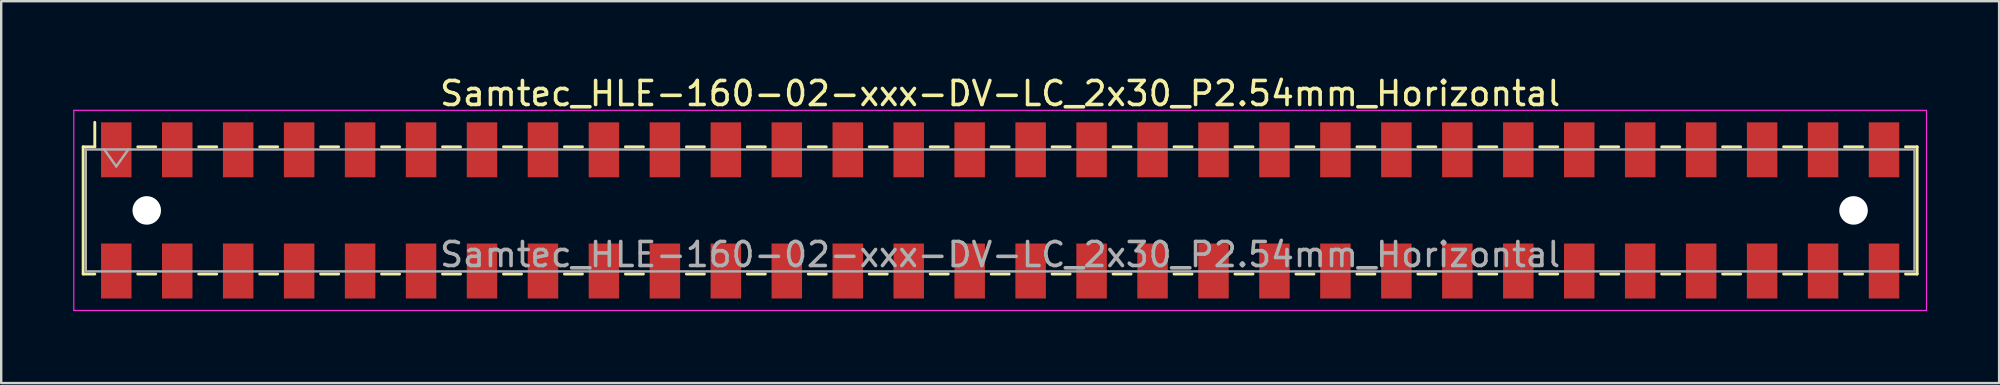
<source format=kicad_pcb>
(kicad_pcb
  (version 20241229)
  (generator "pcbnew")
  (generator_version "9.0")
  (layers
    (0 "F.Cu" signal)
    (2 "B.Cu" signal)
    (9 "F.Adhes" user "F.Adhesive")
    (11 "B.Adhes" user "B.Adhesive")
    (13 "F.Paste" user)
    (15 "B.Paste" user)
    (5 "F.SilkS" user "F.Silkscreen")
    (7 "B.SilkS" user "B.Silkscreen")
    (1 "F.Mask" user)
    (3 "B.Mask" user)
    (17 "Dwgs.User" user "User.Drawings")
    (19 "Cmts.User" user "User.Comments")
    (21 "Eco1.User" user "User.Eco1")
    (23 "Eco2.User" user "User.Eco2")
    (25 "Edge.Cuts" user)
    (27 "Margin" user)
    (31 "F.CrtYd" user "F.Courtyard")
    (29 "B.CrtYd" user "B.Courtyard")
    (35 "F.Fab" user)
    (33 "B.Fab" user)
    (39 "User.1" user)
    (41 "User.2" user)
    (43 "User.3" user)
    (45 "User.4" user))
  (footprint "Samtec_HLE-160-02-xxx-DV-LC_2x30_P2.54mm_Horizontal"
    (layer "F.Cu")
    (at 38.625 5.718)
    (property "Reference" "Samtec_HLE-160-02-xxx-DV-LC_2x30_P2.54mm_Horizontal" (at 0 -4.87 0) (layer "F.SilkS") (effects (font (size 1 1) (thickness 0.15))))
    (attr smd)
    (fp_line (start -38.21 -2.65) (end -38.21 2.65) (stroke (width 0.12) (type solid)) (layer "F.SilkS"))
    (fp_line (start -38.21 2.65) (end -37.725 2.65) (stroke (width 0.12) (type solid)) (layer "F.SilkS"))
    (fp_line (start -37.725 -3.67) (end -37.725 -2.65) (stroke (width 0.12) (type solid)) (layer "F.SilkS"))
    (fp_line (start -37.725 -2.65) (end -38.21 -2.65) (stroke (width 0.12) (type solid)) (layer "F.SilkS"))
    (fp_line (start -35.935 -2.65) (end -35.185 -2.65) (stroke (width 0.12) (type solid)) (layer "F.SilkS"))
    (fp_line (start -35.935 2.65) (end -35.185 2.65) (stroke (width 0.12) (type solid)) (layer "F.SilkS"))
    (fp_line (start -33.395 -2.65) (end -32.645 -2.65) (stroke (width 0.12) (type solid)) (layer "F.SilkS"))
    (fp_line (start -33.395 2.65) (end -32.645 2.65) (stroke (width 0.12) (type solid)) (layer "F.SilkS"))
    (fp_line (start -30.855 -2.65) (end -30.105 -2.65) (stroke (width 0.12) (type solid)) (layer "F.SilkS"))
    (fp_line (start -30.855 2.65) (end -30.105 2.65) (stroke (width 0.12) (type solid)) (layer "F.SilkS"))
    (fp_line (start -28.315 -2.65) (end -27.565 -2.65) (stroke (width 0.12) (type solid)) (layer "F.SilkS"))
    (fp_line (start -28.315 2.65) (end -27.565 2.65) (stroke (width 0.12) (type solid)) (layer "F.SilkS"))
    (fp_line (start -25.775 -2.65) (end -25.025 -2.65) (stroke (width 0.12) (type solid)) (layer "F.SilkS"))
    (fp_line (start -25.775 2.65) (end -25.025 2.65) (stroke (width 0.12) (type solid)) (layer "F.SilkS"))
    (fp_line (start -23.235 -2.65) (end -22.485 -2.65) (stroke (width 0.12) (type solid)) (layer "F.SilkS"))
    (fp_line (start -23.235 2.65) (end -22.485 2.65) (stroke (width 0.12) (type solid)) (layer "F.SilkS"))
    (fp_line (start -20.695 -2.65) (end -19.945 -2.65) (stroke (width 0.12) (type solid)) (layer "F.SilkS"))
    (fp_line (start -20.695 2.65) (end -19.945 2.65) (stroke (width 0.12) (type solid)) (layer "F.SilkS"))
    (fp_line (start -18.155 -2.65) (end -17.405 -2.65) (stroke (width 0.12) (type solid)) (layer "F.SilkS"))
    (fp_line (start -18.155 2.65) (end -17.405 2.65) (stroke (width 0.12) (type solid)) (layer "F.SilkS"))
    (fp_line (start -15.615 -2.65) (end -14.865 -2.65) (stroke (width 0.12) (type solid)) (layer "F.SilkS"))
    (fp_line (start -15.615 2.65) (end -14.865 2.65) (stroke (width 0.12) (type solid)) (layer "F.SilkS"))
    (fp_line (start -13.075 -2.65) (end -12.325 -2.65) (stroke (width 0.12) (type solid)) (layer "F.SilkS"))
    (fp_line (start -13.075 2.65) (end -12.325 2.65) (stroke (width 0.12) (type solid)) (layer "F.SilkS"))
    (fp_line (start -10.535 -2.65) (end -9.785 -2.65) (stroke (width 0.12) (type solid)) (layer "F.SilkS"))
    (fp_line (start -10.535 2.65) (end -9.785 2.65) (stroke (width 0.12) (type solid)) (layer "F.SilkS"))
    (fp_line (start -7.995 -2.65) (end -7.245 -2.65) (stroke (width 0.12) (type solid)) (layer "F.SilkS"))
    (fp_line (start -7.995 2.65) (end -7.245 2.65) (stroke (width 0.12) (type solid)) (layer "F.SilkS"))
    (fp_line (start -5.455 -2.65) (end -4.705 -2.65) (stroke (width 0.12) (type solid)) (layer "F.SilkS"))
    (fp_line (start -5.455 2.65) (end -4.705 2.65) (stroke (width 0.12) (type solid)) (layer "F.SilkS"))
    (fp_line (start -2.915 -2.65) (end -2.165 -2.65) (stroke (width 0.12) (type solid)) (layer "F.SilkS"))
    (fp_line (start -2.915 2.65) (end -2.165 2.65) (stroke (width 0.12) (type solid)) (layer "F.SilkS"))
    (fp_line (start -0.375 -2.65) (end 0.375 -2.65) (stroke (width 0.12) (type solid)) (layer "F.SilkS"))
    (fp_line (start -0.375 2.65) (end 0.375 2.65) (stroke (width 0.12) (type solid)) (layer "F.SilkS"))
    (fp_line (start 2.165 -2.65) (end 2.915 -2.65) (stroke (width 0.12) (type solid)) (layer "F.SilkS"))
    (fp_line (start 2.165 2.65) (end 2.915 2.65) (stroke (width 0.12) (type solid)) (layer "F.SilkS"))
    (fp_line (start 4.705 -2.65) (end 5.455 -2.65) (stroke (width 0.12) (type solid)) (layer "F.SilkS"))
    (fp_line (start 4.705 2.65) (end 5.455 2.65) (stroke (width 0.12) (type solid)) (layer "F.SilkS"))
    (fp_line (start 7.245 -2.65) (end 7.995 -2.65) (stroke (width 0.12) (type solid)) (layer "F.SilkS"))
    (fp_line (start 7.245 2.65) (end 7.995 2.65) (stroke (width 0.12) (type solid)) (layer "F.SilkS"))
    (fp_line (start 9.785 -2.65) (end 10.535 -2.65) (stroke (width 0.12) (type solid)) (layer "F.SilkS"))
    (fp_line (start 9.785 2.65) (end 10.535 2.65) (stroke (width 0.12) (type solid)) (layer "F.SilkS"))
    (fp_line (start 12.325 -2.65) (end 13.075 -2.65) (stroke (width 0.12) (type solid)) (layer "F.SilkS"))
    (fp_line (start 12.325 2.65) (end 13.075 2.65) (stroke (width 0.12) (type solid)) (layer "F.SilkS"))
    (fp_line (start 14.865 -2.65) (end 15.615 -2.65) (stroke (width 0.12) (type solid)) (layer "F.SilkS"))
    (fp_line (start 14.865 2.65) (end 15.615 2.65) (stroke (width 0.12) (type solid)) (layer "F.SilkS"))
    (fp_line (start 17.405 -2.65) (end 18.155 -2.65) (stroke (width 0.12) (type solid)) (layer "F.SilkS"))
    (fp_line (start 17.405 2.65) (end 18.155 2.65) (stroke (width 0.12) (type solid)) (layer "F.SilkS"))
    (fp_line (start 19.945 -2.65) (end 20.695 -2.65) (stroke (width 0.12) (type solid)) (layer "F.SilkS"))
    (fp_line (start 19.945 2.65) (end 20.695 2.65) (stroke (width 0.12) (type solid)) (layer "F.SilkS"))
    (fp_line (start 22.485 -2.65) (end 23.235 -2.65) (stroke (width 0.12) (type solid)) (layer "F.SilkS"))
    (fp_line (start 22.485 2.65) (end 23.235 2.65) (stroke (width 0.12) (type solid)) (layer "F.SilkS"))
    (fp_line (start 25.025 -2.65) (end 25.775 -2.65) (stroke (width 0.12) (type solid)) (layer "F.SilkS"))
    (fp_line (start 25.025 2.65) (end 25.775 2.65) (stroke (width 0.12) (type solid)) (layer "F.SilkS"))
    (fp_line (start 27.565 -2.65) (end 28.315 -2.65) (stroke (width 0.12) (type solid)) (layer "F.SilkS"))
    (fp_line (start 27.565 2.65) (end 28.315 2.65) (stroke (width 0.12) (type solid)) (layer "F.SilkS"))
    (fp_line (start 30.105 -2.65) (end 30.855 -2.65) (stroke (width 0.12) (type solid)) (layer "F.SilkS"))
    (fp_line (start 30.105 2.65) (end 30.855 2.65) (stroke (width 0.12) (type solid)) (layer "F.SilkS"))
    (fp_line (start 32.645 -2.65) (end 33.395 -2.65) (stroke (width 0.12) (type solid)) (layer "F.SilkS"))
    (fp_line (start 32.645 2.65) (end 33.395 2.65) (stroke (width 0.12) (type solid)) (layer "F.SilkS"))
    (fp_line (start 35.185 -2.65) (end 35.935 -2.65) (stroke (width 0.12) (type solid)) (layer "F.SilkS"))
    (fp_line (start 35.185 2.65) (end 35.935 2.65) (stroke (width 0.12) (type solid)) (layer "F.SilkS"))
    (fp_line (start 37.725 -2.65) (end 38.21 -2.65) (stroke (width 0.12) (type solid)) (layer "F.SilkS"))
    (fp_line (start 38.21 -2.65) (end 38.21 2.65) (stroke (width 0.12) (type solid)) (layer "F.SilkS"))
    (fp_line (start 38.21 2.65) (end 37.725 2.65) (stroke (width 0.12) (type solid)) (layer "F.SilkS"))
    (fp_line (start -38.6 -4.17) (end 38.6 -4.17) (stroke (width 0.05) (type solid)) (layer "F.CrtYd"))
    (fp_line (start -38.6 4.17) (end -38.6 -4.17) (stroke (width 0.05) (type solid)) (layer "F.CrtYd"))
    (fp_line (start 38.6 -4.17) (end 38.6 4.17) (stroke (width 0.05) (type solid)) (layer "F.CrtYd"))
    (fp_line (start 38.6 4.17) (end -38.6 4.17) (stroke (width 0.05) (type solid)) (layer "F.CrtYd"))
    (fp_line (start -38.1 -2.54) (end 38.1 -2.54) (stroke (width 0.1) (type solid)) (layer "F.Fab"))
    (fp_line (start -38.1 2.54) (end -38.1 -2.54) (stroke (width 0.1) (type solid)) (layer "F.Fab"))
    (fp_line (start -37.33 -2.54) (end -36.83 -1.833) (stroke (width 0.1) (type solid)) (layer "F.Fab"))
    (fp_line (start -36.83 -1.833) (end -36.33 -2.54) (stroke (width 0.1) (type solid)) (layer "F.Fab"))
    (fp_line (start 38.1 -2.54) (end 38.1 2.54) (stroke (width 0.1) (type solid)) (layer "F.Fab"))
    (fp_line (start 38.1 2.54) (end -38.1 2.54) (stroke (width 0.1) (type solid)) (layer "F.Fab"))
    (fp_text user "${REFERENCE}" (at 0 1.84 0) (layer "F.Fab") (effects (font (size 1 1) (thickness 0.15))))
    (pad "" np_thru_hole circle (at -35.56 0) (size 1.19 1.19) (drill 1.19) (layers "*.Cu" "*.Mask"))
    (pad "" np_thru_hole circle (at 35.56 0) (size 1.19 1.19) (drill 1.19) (layers "*.Cu" "*.Mask"))
    (pad "1" smd rect (at -36.83 -2.525) (size 1.27 2.29) (layers "F.Cu" "F.Mask" "F.Paste"))
    (pad "2" smd rect (at -36.83 2.525) (size 1.27 2.29) (layers "F.Cu" "F.Mask" "F.Paste"))
    (pad "3" smd rect (at -34.29 -2.525) (size 1.27 2.29) (layers "F.Cu" "F.Mask" "F.Paste"))
    (pad "4" smd rect (at -34.29 2.525) (size 1.27 2.29) (layers "F.Cu" "F.Mask" "F.Paste"))
    (pad "5" smd rect (at -31.75 -2.525) (size 1.27 2.29) (layers "F.Cu" "F.Mask" "F.Paste"))
    (pad "6" smd rect (at -31.75 2.525) (size 1.27 2.29) (layers "F.Cu" "F.Mask" "F.Paste"))
    (pad "7" smd rect (at -29.21 -2.525) (size 1.27 2.29) (layers "F.Cu" "F.Mask" "F.Paste"))
    (pad "8" smd rect (at -29.21 2.525) (size 1.27 2.29) (layers "F.Cu" "F.Mask" "F.Paste"))
    (pad "9" smd rect (at -26.67 -2.525) (size 1.27 2.29) (layers "F.Cu" "F.Mask" "F.Paste"))
    (pad "10" smd rect (at -26.67 2.525) (size 1.27 2.29) (layers "F.Cu" "F.Mask" "F.Paste"))
    (pad "11" smd rect (at -24.13 -2.525) (size 1.27 2.29) (layers "F.Cu" "F.Mask" "F.Paste"))
    (pad "12" smd rect (at -24.13 2.525) (size 1.27 2.29) (layers "F.Cu" "F.Mask" "F.Paste"))
    (pad "13" smd rect (at -21.59 -2.525) (size 1.27 2.29) (layers "F.Cu" "F.Mask" "F.Paste"))
    (pad "14" smd rect (at -21.59 2.525) (size 1.27 2.29) (layers "F.Cu" "F.Mask" "F.Paste"))
    (pad "15" smd rect (at -19.05 -2.525) (size 1.27 2.29) (layers "F.Cu" "F.Mask" "F.Paste"))
    (pad "16" smd rect (at -19.05 2.525) (size 1.27 2.29) (layers "F.Cu" "F.Mask" "F.Paste"))
    (pad "17" smd rect (at -16.51 -2.525) (size 1.27 2.29) (layers "F.Cu" "F.Mask" "F.Paste"))
    (pad "18" smd rect (at -16.51 2.525) (size 1.27 2.29) (layers "F.Cu" "F.Mask" "F.Paste"))
    (pad "19" smd rect (at -13.97 -2.525) (size 1.27 2.29) (layers "F.Cu" "F.Mask" "F.Paste"))
    (pad "20" smd rect (at -13.97 2.525) (size 1.27 2.29) (layers "F.Cu" "F.Mask" "F.Paste"))
    (pad "21" smd rect (at -11.43 -2.525) (size 1.27 2.29) (layers "F.Cu" "F.Mask" "F.Paste"))
    (pad "22" smd rect (at -11.43 2.525) (size 1.27 2.29) (layers "F.Cu" "F.Mask" "F.Paste"))
    (pad "23" smd rect (at -8.89 -2.525) (size 1.27 2.29) (layers "F.Cu" "F.Mask" "F.Paste"))
    (pad "24" smd rect (at -8.89 2.525) (size 1.27 2.29) (layers "F.Cu" "F.Mask" "F.Paste"))
    (pad "25" smd rect (at -6.35 -2.525) (size 1.27 2.29) (layers "F.Cu" "F.Mask" "F.Paste"))
    (pad "26" smd rect (at -6.35 2.525) (size 1.27 2.29) (layers "F.Cu" "F.Mask" "F.Paste"))
    (pad "27" smd rect (at -3.81 -2.525) (size 1.27 2.29) (layers "F.Cu" "F.Mask" "F.Paste"))
    (pad "28" smd rect (at -3.81 2.525) (size 1.27 2.29) (layers "F.Cu" "F.Mask" "F.Paste"))
    (pad "29" smd rect (at -1.27 -2.525) (size 1.27 2.29) (layers "F.Cu" "F.Mask" "F.Paste"))
    (pad "30" smd rect (at -1.27 2.525) (size 1.27 2.29) (layers "F.Cu" "F.Mask" "F.Paste"))
    (pad "31" smd rect (at 1.27 -2.525) (size 1.27 2.29) (layers "F.Cu" "F.Mask" "F.Paste"))
    (pad "32" smd rect (at 1.27 2.525) (size 1.27 2.29) (layers "F.Cu" "F.Mask" "F.Paste"))
    (pad "33" smd rect (at 3.81 -2.525) (size 1.27 2.29) (layers "F.Cu" "F.Mask" "F.Paste"))
    (pad "34" smd rect (at 3.81 2.525) (size 1.27 2.29) (layers "F.Cu" "F.Mask" "F.Paste"))
    (pad "35" smd rect (at 6.35 -2.525) (size 1.27 2.29) (layers "F.Cu" "F.Mask" "F.Paste"))
    (pad "36" smd rect (at 6.35 2.525) (size 1.27 2.29) (layers "F.Cu" "F.Mask" "F.Paste"))
    (pad "37" smd rect (at 8.89 -2.525) (size 1.27 2.29) (layers "F.Cu" "F.Mask" "F.Paste"))
    (pad "38" smd rect (at 8.89 2.525) (size 1.27 2.29) (layers "F.Cu" "F.Mask" "F.Paste"))
    (pad "39" smd rect (at 11.43 -2.525) (size 1.27 2.29) (layers "F.Cu" "F.Mask" "F.Paste"))
    (pad "40" smd rect (at 11.43 2.525) (size 1.27 2.29) (layers "F.Cu" "F.Mask" "F.Paste"))
    (pad "41" smd rect (at 13.97 -2.525) (size 1.27 2.29) (layers "F.Cu" "F.Mask" "F.Paste"))
    (pad "42" smd rect (at 13.97 2.525) (size 1.27 2.29) (layers "F.Cu" "F.Mask" "F.Paste"))
    (pad "43" smd rect (at 16.51 -2.525) (size 1.27 2.29) (layers "F.Cu" "F.Mask" "F.Paste"))
    (pad "44" smd rect (at 16.51 2.525) (size 1.27 2.29) (layers "F.Cu" "F.Mask" "F.Paste"))
    (pad "45" smd rect (at 19.05 -2.525) (size 1.27 2.29) (layers "F.Cu" "F.Mask" "F.Paste"))
    (pad "46" smd rect (at 19.05 2.525) (size 1.27 2.29) (layers "F.Cu" "F.Mask" "F.Paste"))
    (pad "47" smd rect (at 21.59 -2.525) (size 1.27 2.29) (layers "F.Cu" "F.Mask" "F.Paste"))
    (pad "48" smd rect (at 21.59 2.525) (size 1.27 2.29) (layers "F.Cu" "F.Mask" "F.Paste"))
    (pad "49" smd rect (at 24.13 -2.525) (size 1.27 2.29) (layers "F.Cu" "F.Mask" "F.Paste"))
    (pad "50" smd rect (at 24.13 2.525) (size 1.27 2.29) (layers "F.Cu" "F.Mask" "F.Paste"))
    (pad "51" smd rect (at 26.67 -2.525) (size 1.27 2.29) (layers "F.Cu" "F.Mask" "F.Paste"))
    (pad "52" smd rect (at 26.67 2.525) (size 1.27 2.29) (layers "F.Cu" "F.Mask" "F.Paste"))
    (pad "53" smd rect (at 29.21 -2.525) (size 1.27 2.29) (layers "F.Cu" "F.Mask" "F.Paste"))
    (pad "54" smd rect (at 29.21 2.525) (size 1.27 2.29) (layers "F.Cu" "F.Mask" "F.Paste"))
    (pad "55" smd rect (at 31.75 -2.525) (size 1.27 2.29) (layers "F.Cu" "F.Mask" "F.Paste"))
    (pad "56" smd rect (at 31.75 2.525) (size 1.27 2.29) (layers "F.Cu" "F.Mask" "F.Paste"))
    (pad "57" smd rect (at 34.29 -2.525) (size 1.27 2.29) (layers "F.Cu" "F.Mask" "F.Paste"))
    (pad "58" smd rect (at 34.29 2.525) (size 1.27 2.29) (layers "F.Cu" "F.Mask" "F.Paste"))
    (pad "59" smd rect (at 36.83 -2.525) (size 1.27 2.29) (layers "F.Cu" "F.Mask" "F.Paste"))
    (pad "60" smd rect (at 36.83 2.525) (size 1.27 2.29) (layers "F.Cu" "F.Mask" "F.Paste")))
  (gr_rect
    (start -3 -3)
    (end 80.25 12.913)
    (stroke (width 0.1) (type default))
    (fill no)
    (layer "Edge.Cuts")))
</source>
